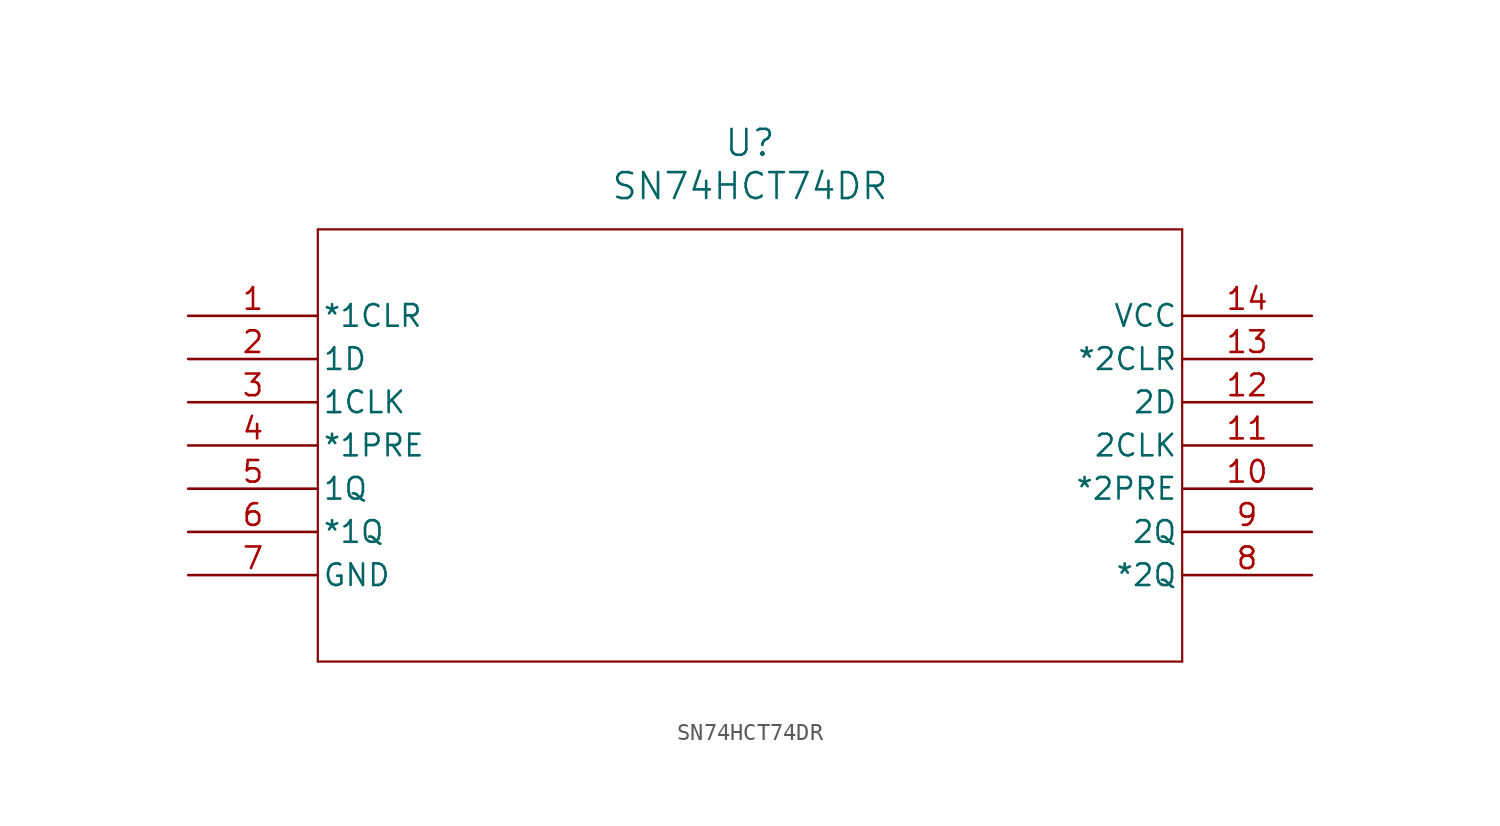
<source format=kicad_sym>
(kicad_symbol_lib
  (version 20211014)
  (generator kicad_symbol_editor)
  (symbol "SN74HCT74DR"
    (pin_names
      (offset 0.254))
    (property "Reference" "U"
      (at 33.02 10.16 0)
      (effects (font (size 1.524 1.524))))
    (property "Value" "SN74HCT74DR"
      (at 33.02 7.62 0)
      (effects (font (size 1.524 1.524))))
    (symbol "SN74HCT74DR_0_1"
      (polyline (pts (xy 7.62 5.08) (xy 7.62 -20.32)) (stroke (width 0.127) (type default) (color 0 0 0 0)) (fill (type none)))
      (polyline (pts (xy 7.62 -20.32) (xy 58.42 -20.32)) (stroke (width 0.127) (type default) (color 0 0 0 0)) (fill (type none)))
      (polyline (pts (xy 58.42 -20.32) (xy 58.42 5.08)) (stroke (width 0.127) (type default) (color 0 0 0 0)) (fill (type none)))
      (polyline (pts (xy 58.42 5.08) (xy 7.62 5.08)) (stroke (width 0.127) (type default) (color 0 0 0 0)) (fill (type none)))
      (pin input line (at 0 0 0) (length 7.62) (name "*1CLR" (effects (font (size 1.27 1.27)))) (number "1" (effects (font (size 1.27 1.27)))))
      (pin input line (at 0 -2.54 0) (length 7.62) (name "1D" (effects (font (size 1.27 1.27)))) (number "2" (effects (font (size 1.27 1.27)))))
      (pin input line (at 0 -5.08 0) (length 7.62) (name "1CLK" (effects (font (size 1.27 1.27)))) (number "3" (effects (font (size 1.27 1.27)))))
      (pin input line (at 0 -7.62 0) (length 7.62) (name "*1PRE" (effects (font (size 1.27 1.27)))) (number "4" (effects (font (size 1.27 1.27)))))
      (pin output line (at 0 -10.16 0) (length 7.62) (name "1Q" (effects (font (size 1.27 1.27)))) (number "5" (effects (font (size 1.27 1.27)))))
      (pin output line (at 0 -12.7 0) (length 7.62) (name "*1Q" (effects (font (size 1.27 1.27)))) (number "6" (effects (font (size 1.27 1.27)))))
      (pin power_in line (at 0 -15.24 0) (length 7.62) (name "GND" (effects (font (size 1.27 1.27)))) (number "7" (effects (font (size 1.27 1.27)))))
      (pin output line (at 66.04 -15.24 180) (length 7.62) (name "*2Q" (effects (font (size 1.27 1.27)))) (number "8" (effects (font (size 1.27 1.27)))))
      (pin output line (at 66.04 -12.7 180) (length 7.62) (name "2Q" (effects (font (size 1.27 1.27)))) (number "9" (effects (font (size 1.27 1.27)))))
      (pin input line (at 66.04 -10.16 180) (length 7.62) (name "*2PRE" (effects (font (size 1.27 1.27)))) (number "10" (effects (font (size 1.27 1.27)))))
      (pin input line (at 66.04 -7.62 180) (length 7.62) (name "2CLK" (effects (font (size 1.27 1.27)))) (number "11" (effects (font (size 1.27 1.27)))))
      (pin input line (at 66.04 -5.08 180) (length 7.62) (name "2D" (effects (font (size 1.27 1.27)))) (number "12" (effects (font (size 1.27 1.27)))))
      (pin input line (at 66.04 -2.54 180) (length 7.62) (name "*2CLR" (effects (font (size 1.27 1.27)))) (number "13" (effects (font (size 1.27 1.27)))))
      (pin power_in line (at 66.04 0 180) (length 7.62) (name "VCC" (effects (font (size 1.27 1.27)))) (number "14" (effects (font (size 1.27 1.27))))))))
</source>
